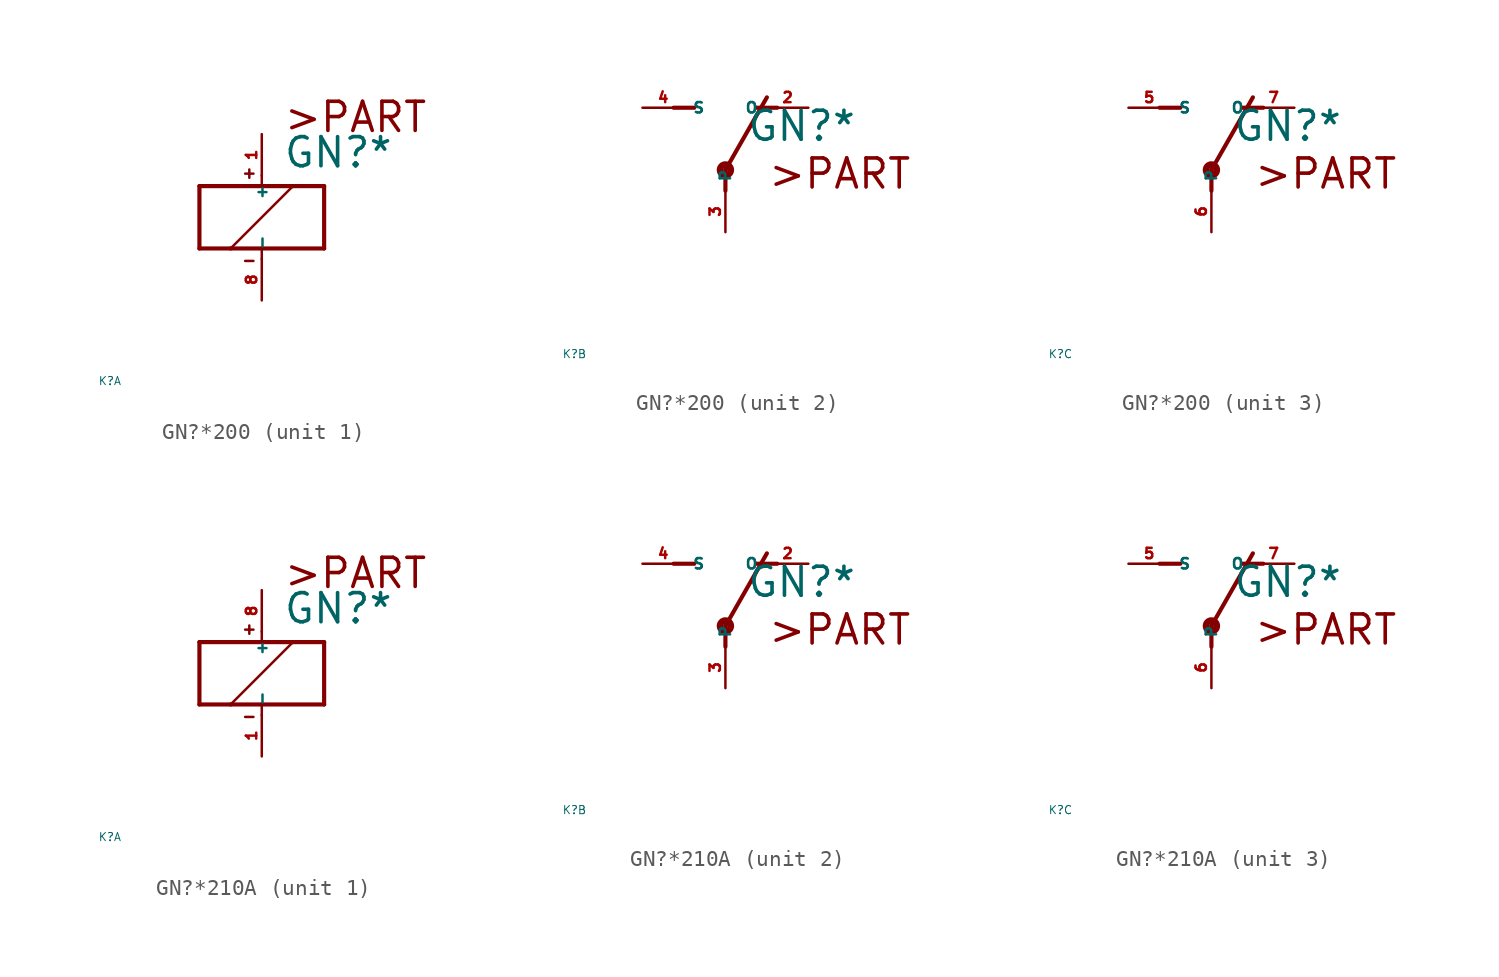
<source format=kicad_sym>
(kicad_symbol_lib
  (version 20220914)
  (generator Eagle2Kicad)
  (symbol "GN?*200"
    (property "Reference" "K"
      (at -10 -10 0)
      (effects (font (size 0.5 0.5) (thickness 0.06)) (justify left)))
    (property "Value" "GN?*"
      (at 1.27 2.921 0)
      (effects (font (size 1.778 1.778) (thickness 0.22)) (justify left bottom)))
    (symbol "GN?*200_1_0"
      (polyline (pts (xy -3.81 -1.905) (xy -1.905 -1.905)) (stroke (width 0.254) (type default)) (fill (type none)))
      (polyline (pts (xy 3.81 -1.905) (xy 3.81 1.905)) (stroke (width 0.254) (type default)) (fill (type none)))
      (polyline (pts (xy 3.81 1.905) (xy 1.905 1.905)) (stroke (width 0.254) (type default)) (fill (type none)))
      (polyline (pts (xy -3.81 1.905) (xy -3.81 -1.905)) (stroke (width 0.254) (type default)) (fill (type none)))
      (polyline (pts (xy 0 -2.54) (xy 0 -1.905)) (stroke (width 0.152) (type default)) (fill (type none)))
      (polyline (pts (xy 0 -1.905) (xy 3.81 -1.905)) (stroke (width 0.254) (type default)) (fill (type none)))
      (polyline (pts (xy 0 2.54) (xy 0 1.905)) (stroke (width 0.152) (type default)) (fill (type none)))
      (polyline (pts (xy 0 1.905) (xy -3.81 1.905)) (stroke (width 0.254) (type default)) (fill (type none)))
      (polyline (pts (xy -1.905 -1.905) (xy 1.905 1.905)) (stroke (width 0.152) (type default)) (fill (type none)))
      (polyline (pts (xy -1.905 -1.905) (xy 0 -1.905)) (stroke (width 0.254) (type default)) (fill (type none)))
      (polyline (pts (xy 1.905 1.905) (xy 0 1.905)) (stroke (width 0.254) (type default)) (fill (type none)))
      (polyline (pts (xy -1.016 2.667) (xy -0.508 2.667)) (stroke (width 0.152) (type default)) (fill (type none)))
      (polyline (pts (xy -0.762 2.921) (xy -0.762 2.413)) (stroke (width 0.152) (type default)) (fill (type none)))
      (polyline (pts (xy -1.016 -2.667) (xy -0.508 -2.667)) (stroke (width 0.152) (type default)) (fill (type none)))
      (text ">PART" (at 1.27 5.08 0) (effects (font (size 1.778 1.778) (thickness 0.22)) (justify left bottom)))
      (pin passive line (at 0 -5.08 90) (length 2.54) (name "-" (effects (font (size 0.635 0.635) (thickness 0.08)) (justify left bottom))) (number "8" (effects (font (size 0.635 0.635) (thickness 0.08)) (justify left bottom))))
      (pin passive line (at 0 5.08 270) (length 2.54) (name "+" (effects (font (size 0.635 0.635) (thickness 0.08)) (justify left bottom))) (number "1" (effects (font (size 0.635 0.635) (thickness 0.08)) (justify left bottom)))))
    (symbol "GN?*200_2_0"
      (polyline (pts (xy 3.175 5.08) (xy 1.905 5.08)) (stroke (width 0.254) (type default)) (fill (type none)))
      (polyline (pts (xy -3.175 5.08) (xy -1.905 5.08)) (stroke (width 0.254) (type default)) (fill (type none)))
      (polyline (pts (xy 0 1.27) (xy 2.54 5.715)) (stroke (width 0.254) (type default)) (fill (type none)))
      (polyline (pts (xy 0 1.27) (xy 0 0)) (stroke (width 0.254) (type default)) (fill (type none)))
      (text ">PART" (at 2.54 0 0) (effects (font (size 1.778 1.778) (thickness 0.22)) (justify left bottom)))
      (circle (center 0 1.27) (radius 0.127) (stroke (width 0.406) (type default)) (fill (type none)))
      (pin passive line (at 5.08 5.08 180) (length 2.54) (name "O" (effects (font (size 0.635 0.635) (thickness 0.08)) (justify left bottom))) (number "2" (effects (font (size 0.635 0.635) (thickness 0.08)) (justify left bottom))))
      (pin passive line (at -5.08 5.08 0) (length 2.54) (name "S" (effects (font (size 0.635 0.635) (thickness 0.08)) (justify left bottom))) (number "4" (effects (font (size 0.635 0.635) (thickness 0.08)) (justify left bottom))))
      (pin passive line (at 0 -2.54 90) (length 2.54) (name "P" (effects (font (size 0.635 0.635) (thickness 0.08)) (justify left bottom))) (number "3" (effects (font (size 0.635 0.635) (thickness 0.08)) (justify left bottom)))))
    (symbol "GN?*200_3_0"
      (polyline (pts (xy 3.175 5.08) (xy 1.905 5.08)) (stroke (width 0.254) (type default)) (fill (type none)))
      (polyline (pts (xy -3.175 5.08) (xy -1.905 5.08)) (stroke (width 0.254) (type default)) (fill (type none)))
      (polyline (pts (xy 0 1.27) (xy 2.54 5.715)) (stroke (width 0.254) (type default)) (fill (type none)))
      (polyline (pts (xy 0 1.27) (xy 0 0)) (stroke (width 0.254) (type default)) (fill (type none)))
      (text ">PART" (at 2.54 0 0) (effects (font (size 1.778 1.778) (thickness 0.22)) (justify left bottom)))
      (circle (center 0 1.27) (radius 0.127) (stroke (width 0.406) (type default)) (fill (type none)))
      (pin passive line (at 5.08 5.08 180) (length 2.54) (name "O" (effects (font (size 0.635 0.635) (thickness 0.08)) (justify left bottom))) (number "7" (effects (font (size 0.635 0.635) (thickness 0.08)) (justify left bottom))))
      (pin passive line (at -5.08 5.08 0) (length 2.54) (name "S" (effects (font (size 0.635 0.635) (thickness 0.08)) (justify left bottom))) (number "5" (effects (font (size 0.635 0.635) (thickness 0.08)) (justify left bottom))))
      (pin passive line (at 0 -2.54 90) (length 2.54) (name "P" (effects (font (size 0.635 0.635) (thickness 0.08)) (justify left bottom))) (number "6" (effects (font (size 0.635 0.635) (thickness 0.08)) (justify left bottom))))))
  (symbol "GN?*210A"
    (property "Reference" "K"
      (at -10 -10 0)
      (effects (font (size 0.5 0.5) (thickness 0.06)) (justify left)))
    (property "Value" "GN?*"
      (at 1.27 2.921 0)
      (effects (font (size 1.778 1.778) (thickness 0.22)) (justify left bottom)))
    (symbol "GN?*210A_1_0"
      (polyline (pts (xy -3.81 -1.905) (xy -1.905 -1.905)) (stroke (width 0.254) (type default)) (fill (type none)))
      (polyline (pts (xy 3.81 -1.905) (xy 3.81 1.905)) (stroke (width 0.254) (type default)) (fill (type none)))
      (polyline (pts (xy 3.81 1.905) (xy 1.905 1.905)) (stroke (width 0.254) (type default)) (fill (type none)))
      (polyline (pts (xy -3.81 1.905) (xy -3.81 -1.905)) (stroke (width 0.254) (type default)) (fill (type none)))
      (polyline (pts (xy 0 -2.54) (xy 0 -1.905)) (stroke (width 0.152) (type default)) (fill (type none)))
      (polyline (pts (xy 0 -1.905) (xy 3.81 -1.905)) (stroke (width 0.254) (type default)) (fill (type none)))
      (polyline (pts (xy 0 2.54) (xy 0 1.905)) (stroke (width 0.152) (type default)) (fill (type none)))
      (polyline (pts (xy 0 1.905) (xy -3.81 1.905)) (stroke (width 0.254) (type default)) (fill (type none)))
      (polyline (pts (xy -1.905 -1.905) (xy 1.905 1.905)) (stroke (width 0.152) (type default)) (fill (type none)))
      (polyline (pts (xy -1.905 -1.905) (xy 0 -1.905)) (stroke (width 0.254) (type default)) (fill (type none)))
      (polyline (pts (xy 1.905 1.905) (xy 0 1.905)) (stroke (width 0.254) (type default)) (fill (type none)))
      (polyline (pts (xy -1.016 2.667) (xy -0.508 2.667)) (stroke (width 0.152) (type default)) (fill (type none)))
      (polyline (pts (xy -0.762 2.921) (xy -0.762 2.413)) (stroke (width 0.152) (type default)) (fill (type none)))
      (polyline (pts (xy -1.016 -2.667) (xy -0.508 -2.667)) (stroke (width 0.152) (type default)) (fill (type none)))
      (text ">PART" (at 1.27 5.08 0) (effects (font (size 1.778 1.778) (thickness 0.22)) (justify left bottom)))
      (pin passive line (at 0 -5.08 90) (length 2.54) (name "-" (effects (font (size 0.635 0.635) (thickness 0.08)) (justify left bottom))) (number "1" (effects (font (size 0.635 0.635) (thickness 0.08)) (justify left bottom))))
      (pin passive line (at 0 5.08 270) (length 2.54) (name "+" (effects (font (size 0.635 0.635) (thickness 0.08)) (justify left bottom))) (number "8" (effects (font (size 0.635 0.635) (thickness 0.08)) (justify left bottom)))))
    (symbol "GN?*210A_2_0"
      (polyline (pts (xy 3.175 5.08) (xy 1.905 5.08)) (stroke (width 0.254) (type default)) (fill (type none)))
      (polyline (pts (xy -3.175 5.08) (xy -1.905 5.08)) (stroke (width 0.254) (type default)) (fill (type none)))
      (polyline (pts (xy 0 1.27) (xy 2.54 5.715)) (stroke (width 0.254) (type default)) (fill (type none)))
      (polyline (pts (xy 0 1.27) (xy 0 0)) (stroke (width 0.254) (type default)) (fill (type none)))
      (text ">PART" (at 2.54 0 0) (effects (font (size 1.778 1.778) (thickness 0.22)) (justify left bottom)))
      (circle (center 0 1.27) (radius 0.127) (stroke (width 0.406) (type default)) (fill (type none)))
      (pin passive line (at 5.08 5.08 180) (length 2.54) (name "O" (effects (font (size 0.635 0.635) (thickness 0.08)) (justify left bottom))) (number "2" (effects (font (size 0.635 0.635) (thickness 0.08)) (justify left bottom))))
      (pin passive line (at -5.08 5.08 0) (length 2.54) (name "S" (effects (font (size 0.635 0.635) (thickness 0.08)) (justify left bottom))) (number "4" (effects (font (size 0.635 0.635) (thickness 0.08)) (justify left bottom))))
      (pin passive line (at 0 -2.54 90) (length 2.54) (name "P" (effects (font (size 0.635 0.635) (thickness 0.08)) (justify left bottom))) (number "3" (effects (font (size 0.635 0.635) (thickness 0.08)) (justify left bottom)))))
    (symbol "GN?*210A_3_0"
      (polyline (pts (xy 3.175 5.08) (xy 1.905 5.08)) (stroke (width 0.254) (type default)) (fill (type none)))
      (polyline (pts (xy -3.175 5.08) (xy -1.905 5.08)) (stroke (width 0.254) (type default)) (fill (type none)))
      (polyline (pts (xy 0 1.27) (xy 2.54 5.715)) (stroke (width 0.254) (type default)) (fill (type none)))
      (polyline (pts (xy 0 1.27) (xy 0 0)) (stroke (width 0.254) (type default)) (fill (type none)))
      (text ">PART" (at 2.54 0 0) (effects (font (size 1.778 1.778) (thickness 0.22)) (justify left bottom)))
      (circle (center 0 1.27) (radius 0.127) (stroke (width 0.406) (type default)) (fill (type none)))
      (pin passive line (at 5.08 5.08 180) (length 2.54) (name "O" (effects (font (size 0.635 0.635) (thickness 0.08)) (justify left bottom))) (number "7" (effects (font (size 0.635 0.635) (thickness 0.08)) (justify left bottom))))
      (pin passive line (at -5.08 5.08 0) (length 2.54) (name "S" (effects (font (size 0.635 0.635) (thickness 0.08)) (justify left bottom))) (number "5" (effects (font (size 0.635 0.635) (thickness 0.08)) (justify left bottom))))
      (pin passive line (at 0 -2.54 90) (length 2.54) (name "P" (effects (font (size 0.635 0.635) (thickness 0.08)) (justify left bottom))) (number "6" (effects (font (size 0.635 0.635) (thickness 0.08)) (justify left bottom)))))))
</source>
